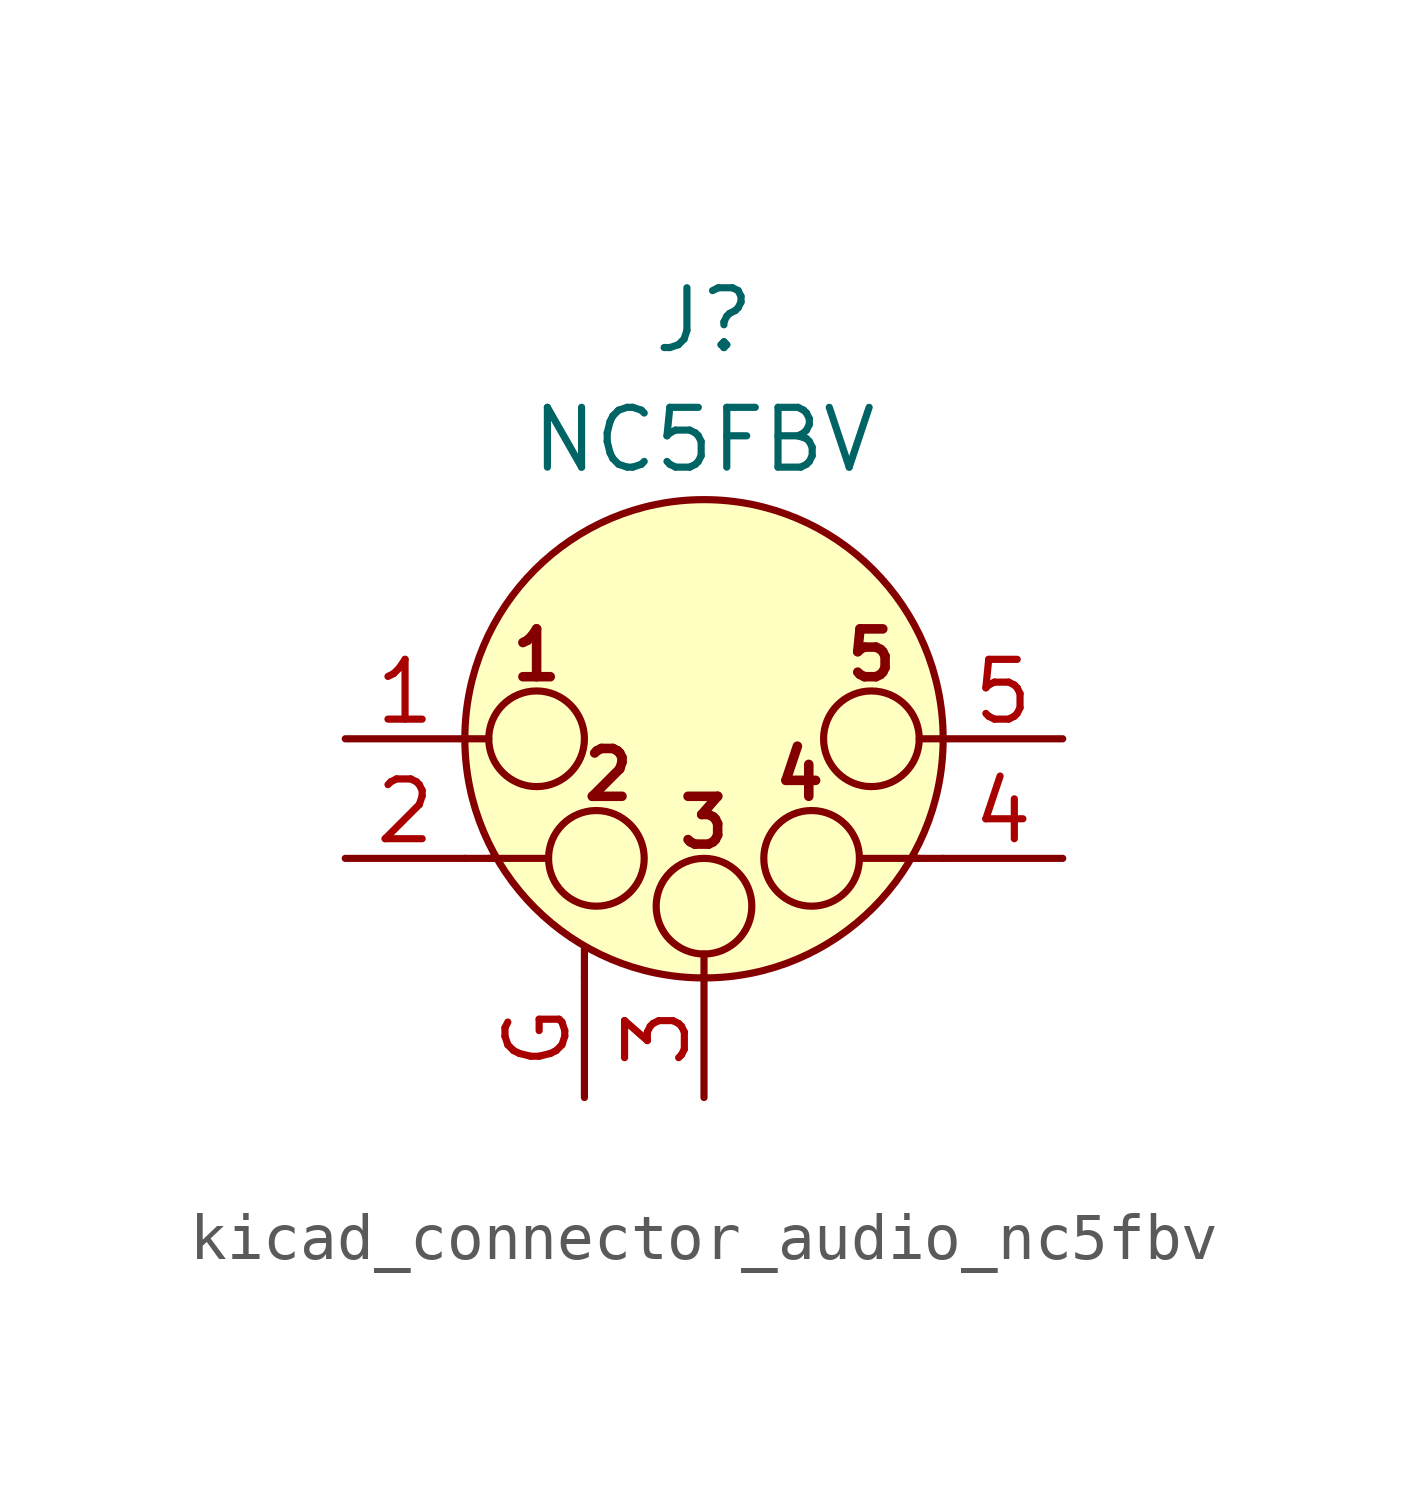
<source format=kicad_sym>
(kicad_symbol_lib
  (version 20220914)
  (generator kicad_symbol_editor)
  (symbol "kicad_connector_audio_nc5fbv"
    (pin_names hide)
    (property "Reference" "J"
      (at 0 8.89 0)
      (effects (font (size 1.27 1.27))))
    (property "Value" "NC5FBV"
      (at 0 6.35 0)
      (effects (font (size 1.27 1.27))))
    (symbol "kicad_connector_audio_nc5fbv_0_1"
      (circle (center -3.556 0) (radius 1.016) (stroke (width 0) (type default)) (fill (type none)))
      (circle (center -2.286 -2.54) (radius 1.016) (stroke (width 0) (type default)) (fill (type none)))
      (circle (center 0 -3.556) (radius 1.016) (stroke (width 0) (type default)) (fill (type none)))
      (polyline (pts (xy -5.08 -2.54) (xy -4.445 -2.54)) (stroke (width 0) (type default)) (fill (type none)))
      (polyline (pts (xy -5.08 0) (xy -4.572 0)) (stroke (width 0) (type default)) (fill (type none)))
      (polyline (pts (xy -4.572 -2.54) (xy -3.302 -2.54)) (stroke (width 0) (type default)) (fill (type none)))
      (polyline (pts (xy -2.54 -5.08) (xy -2.54 -4.445)) (stroke (width 0) (type default)) (fill (type none)))
      (polyline (pts (xy 0 -5.08) (xy 0 -4.572)) (stroke (width 0) (type default)) (fill (type none)))
      (polyline (pts (xy 4.572 -2.54) (xy 3.302 -2.54)) (stroke (width 0) (type default)) (fill (type none)))
      (polyline (pts (xy 5.08 -2.54) (xy 4.445 -2.54)) (stroke (width 0) (type default)) (fill (type none)))
      (polyline (pts (xy 5.08 0) (xy 4.572 0)) (stroke (width 0) (type default)) (fill (type none)))
      (circle (center 0 0) (radius 5.08) (stroke (width 0) (type default)) (fill (type background)))
      (circle (center 2.286 -2.54) (radius 1.016) (stroke (width 0) (type default)) (fill (type none)))
      (circle (center 3.556 0) (radius 1.016) (stroke (width 0) (type default)) (fill (type none)))
      (text "1" (at -3.556 1.778 0) (effects (font (size 1.016 1.016) bold)))
      (text "2" (at -2.032 -0.762 0) (effects (font (size 1.016 1.016) bold)))
      (text "3" (at 0 -1.778 0) (effects (font (size 1.016 1.016) bold)))
      (text "4" (at 2.032 -0.762 0) (effects (font (size 1.016 1.016) bold)))
      (text "5" (at 3.556 1.778 0) (effects (font (size 1.016 1.016) bold))))
    (symbol "kicad_connector_audio_nc5fbv_1_1"
      (pin passive line (at -7.62 0 0) (length 2.54) (name "P1" (effects (font (size 1.27 1.27)))) (number "1" (effects (font (size 1.27 1.27)))))
      (pin passive line (at -7.62 -2.54 0) (length 2.54) (name "P2" (effects (font (size 1.27 1.27)))) (number "2" (effects (font (size 1.27 1.27)))))
      (pin passive line (at 0 -7.62 90) (length 2.54) (name "P3" (effects (font (size 1.27 1.27)))) (number "3" (effects (font (size 1.27 1.27)))))
      (pin passive line (at 7.62 -2.54 180) (length 2.54) (name "P3" (effects (font (size 1.27 1.27)))) (number "4" (effects (font (size 1.27 1.27)))))
      (pin passive line (at 7.62 0 180) (length 2.54) (name "P5" (effects (font (size 1.27 1.27)))) (number "5" (effects (font (size 1.27 1.27)))))
      (pin passive line (at -2.54 -7.62 90) (length 2.54) (name "~" (effects (font (size 1.27 1.27)))) (number "G" (effects (font (size 1.27 1.27))))))))
</source>
